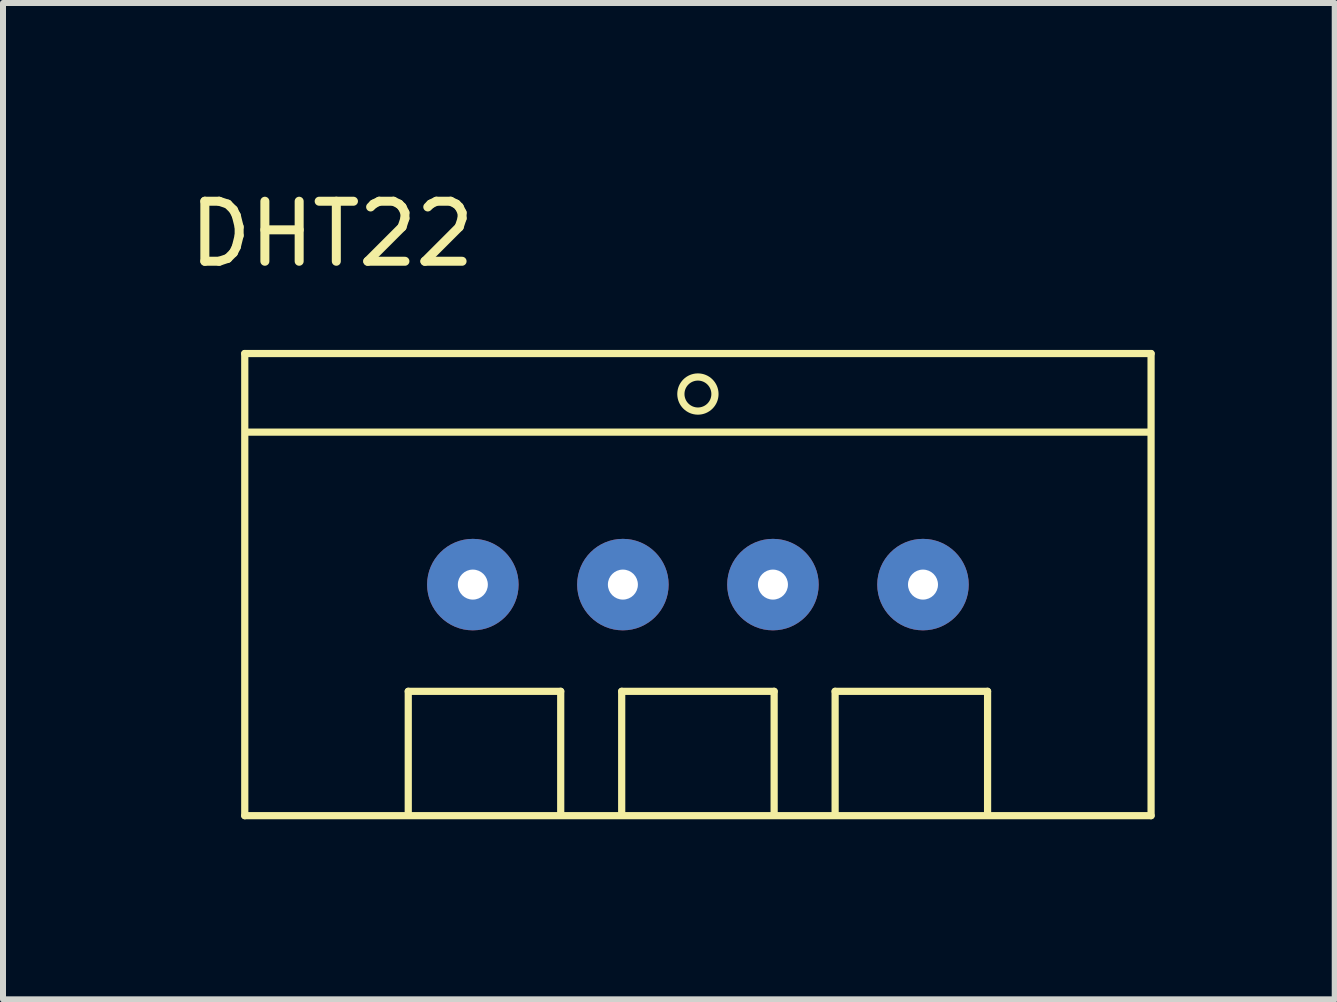
<source format=kicad_pcb>
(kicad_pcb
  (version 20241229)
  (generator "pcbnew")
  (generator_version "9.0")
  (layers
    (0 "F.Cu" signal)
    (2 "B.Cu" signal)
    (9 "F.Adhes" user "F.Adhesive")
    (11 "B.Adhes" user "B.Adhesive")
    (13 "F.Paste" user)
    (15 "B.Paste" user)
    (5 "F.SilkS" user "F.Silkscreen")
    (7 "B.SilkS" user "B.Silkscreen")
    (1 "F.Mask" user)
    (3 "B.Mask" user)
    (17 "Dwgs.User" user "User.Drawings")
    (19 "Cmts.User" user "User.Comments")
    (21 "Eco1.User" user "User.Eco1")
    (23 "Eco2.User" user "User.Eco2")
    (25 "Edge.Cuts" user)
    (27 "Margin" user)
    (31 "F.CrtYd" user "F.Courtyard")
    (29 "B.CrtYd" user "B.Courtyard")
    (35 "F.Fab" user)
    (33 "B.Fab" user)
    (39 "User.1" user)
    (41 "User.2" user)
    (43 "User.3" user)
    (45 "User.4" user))
  (footprint "DHT22"
    (layer "F.Cu")
    (at 8.578 6.69)
    (property "Reference" "DHT22" (at -6.096 -5.842 0) (layer "F.SilkS") (effects (font (size 1 1) (thickness 0.15))))
    (attr through_hole)
    (fp_line (start -7.55 -3.85) (end -7.55 3.85) (stroke (width 0.12) (type solid)) (layer "F.SilkS"))
    (fp_line (start -7.55 -3.85) (end 7.55 -3.85) (stroke (width 0.12) (type solid)) (layer "F.SilkS"))
    (fp_line (start -7.55 3.85) (end 7.55 3.85) (stroke (width 0.12) (type solid)) (layer "F.SilkS"))
    (fp_line (start -7.493 -2.54) (end 7.493 -2.54) (stroke (width 0.12) (type solid)) (layer "F.SilkS"))
    (fp_line (start -4.826 1.778) (end -2.286 1.778) (stroke (width 0.12) (type solid)) (layer "F.SilkS"))
    (fp_line (start -4.826 3.81) (end -4.826 1.778) (stroke (width 0.12) (type solid)) (layer "F.SilkS"))
    (fp_line (start -2.286 1.778) (end -2.286 3.81) (stroke (width 0.12) (type solid)) (layer "F.SilkS"))
    (fp_line (start -1.27 1.778) (end 1.27 1.778) (stroke (width 0.12) (type solid)) (layer "F.SilkS"))
    (fp_line (start -1.27 3.81) (end -1.27 1.778) (stroke (width 0.12) (type solid)) (layer "F.SilkS"))
    (fp_line (start 1.27 1.778) (end 1.27 3.81) (stroke (width 0.12) (type solid)) (layer "F.SilkS"))
    (fp_line (start 2.286 1.778) (end 4.826 1.778) (stroke (width 0.12) (type solid)) (layer "F.SilkS"))
    (fp_line (start 2.286 3.81) (end 2.286 1.778) (stroke (width 0.12) (type solid)) (layer "F.SilkS"))
    (fp_line (start 4.826 1.778) (end 4.826 3.81) (stroke (width 0.12) (type solid)) (layer "F.SilkS"))
    (fp_line (start 7.55 -3.85) (end 7.55 3.85) (stroke (width 0.12) (type solid)) (layer "F.SilkS"))
    (fp_circle (center 0 -3.175) (end 0.254 -3.048) (stroke (width 0.12) (type solid)) (fill no) (layer "F.SilkS"))
    (pad "1" thru_hole circle (at -3.75 0) (size 1.524 1.524) (drill 0.5) (layers "*.Cu" "*.Mask"))
    (pad "2" thru_hole circle (at -1.25 0) (size 1.524 1.524) (drill 0.5) (layers "*.Cu" "*.Mask"))
    (pad "3" thru_hole circle (at 1.25 0) (size 1.524 1.524) (drill 0.5) (layers "*.Cu" "*.Mask"))
    (pad "4" thru_hole circle (at 3.75 0) (size 1.524 1.524) (drill 0.5) (layers "*.Cu" "*.Mask")))
  (gr_rect
    (start -3 -3)
    (end 19.188 13.6)
    (stroke (width 0.1) (type default))
    (fill no)
    (layer "Edge.Cuts")))
</source>
